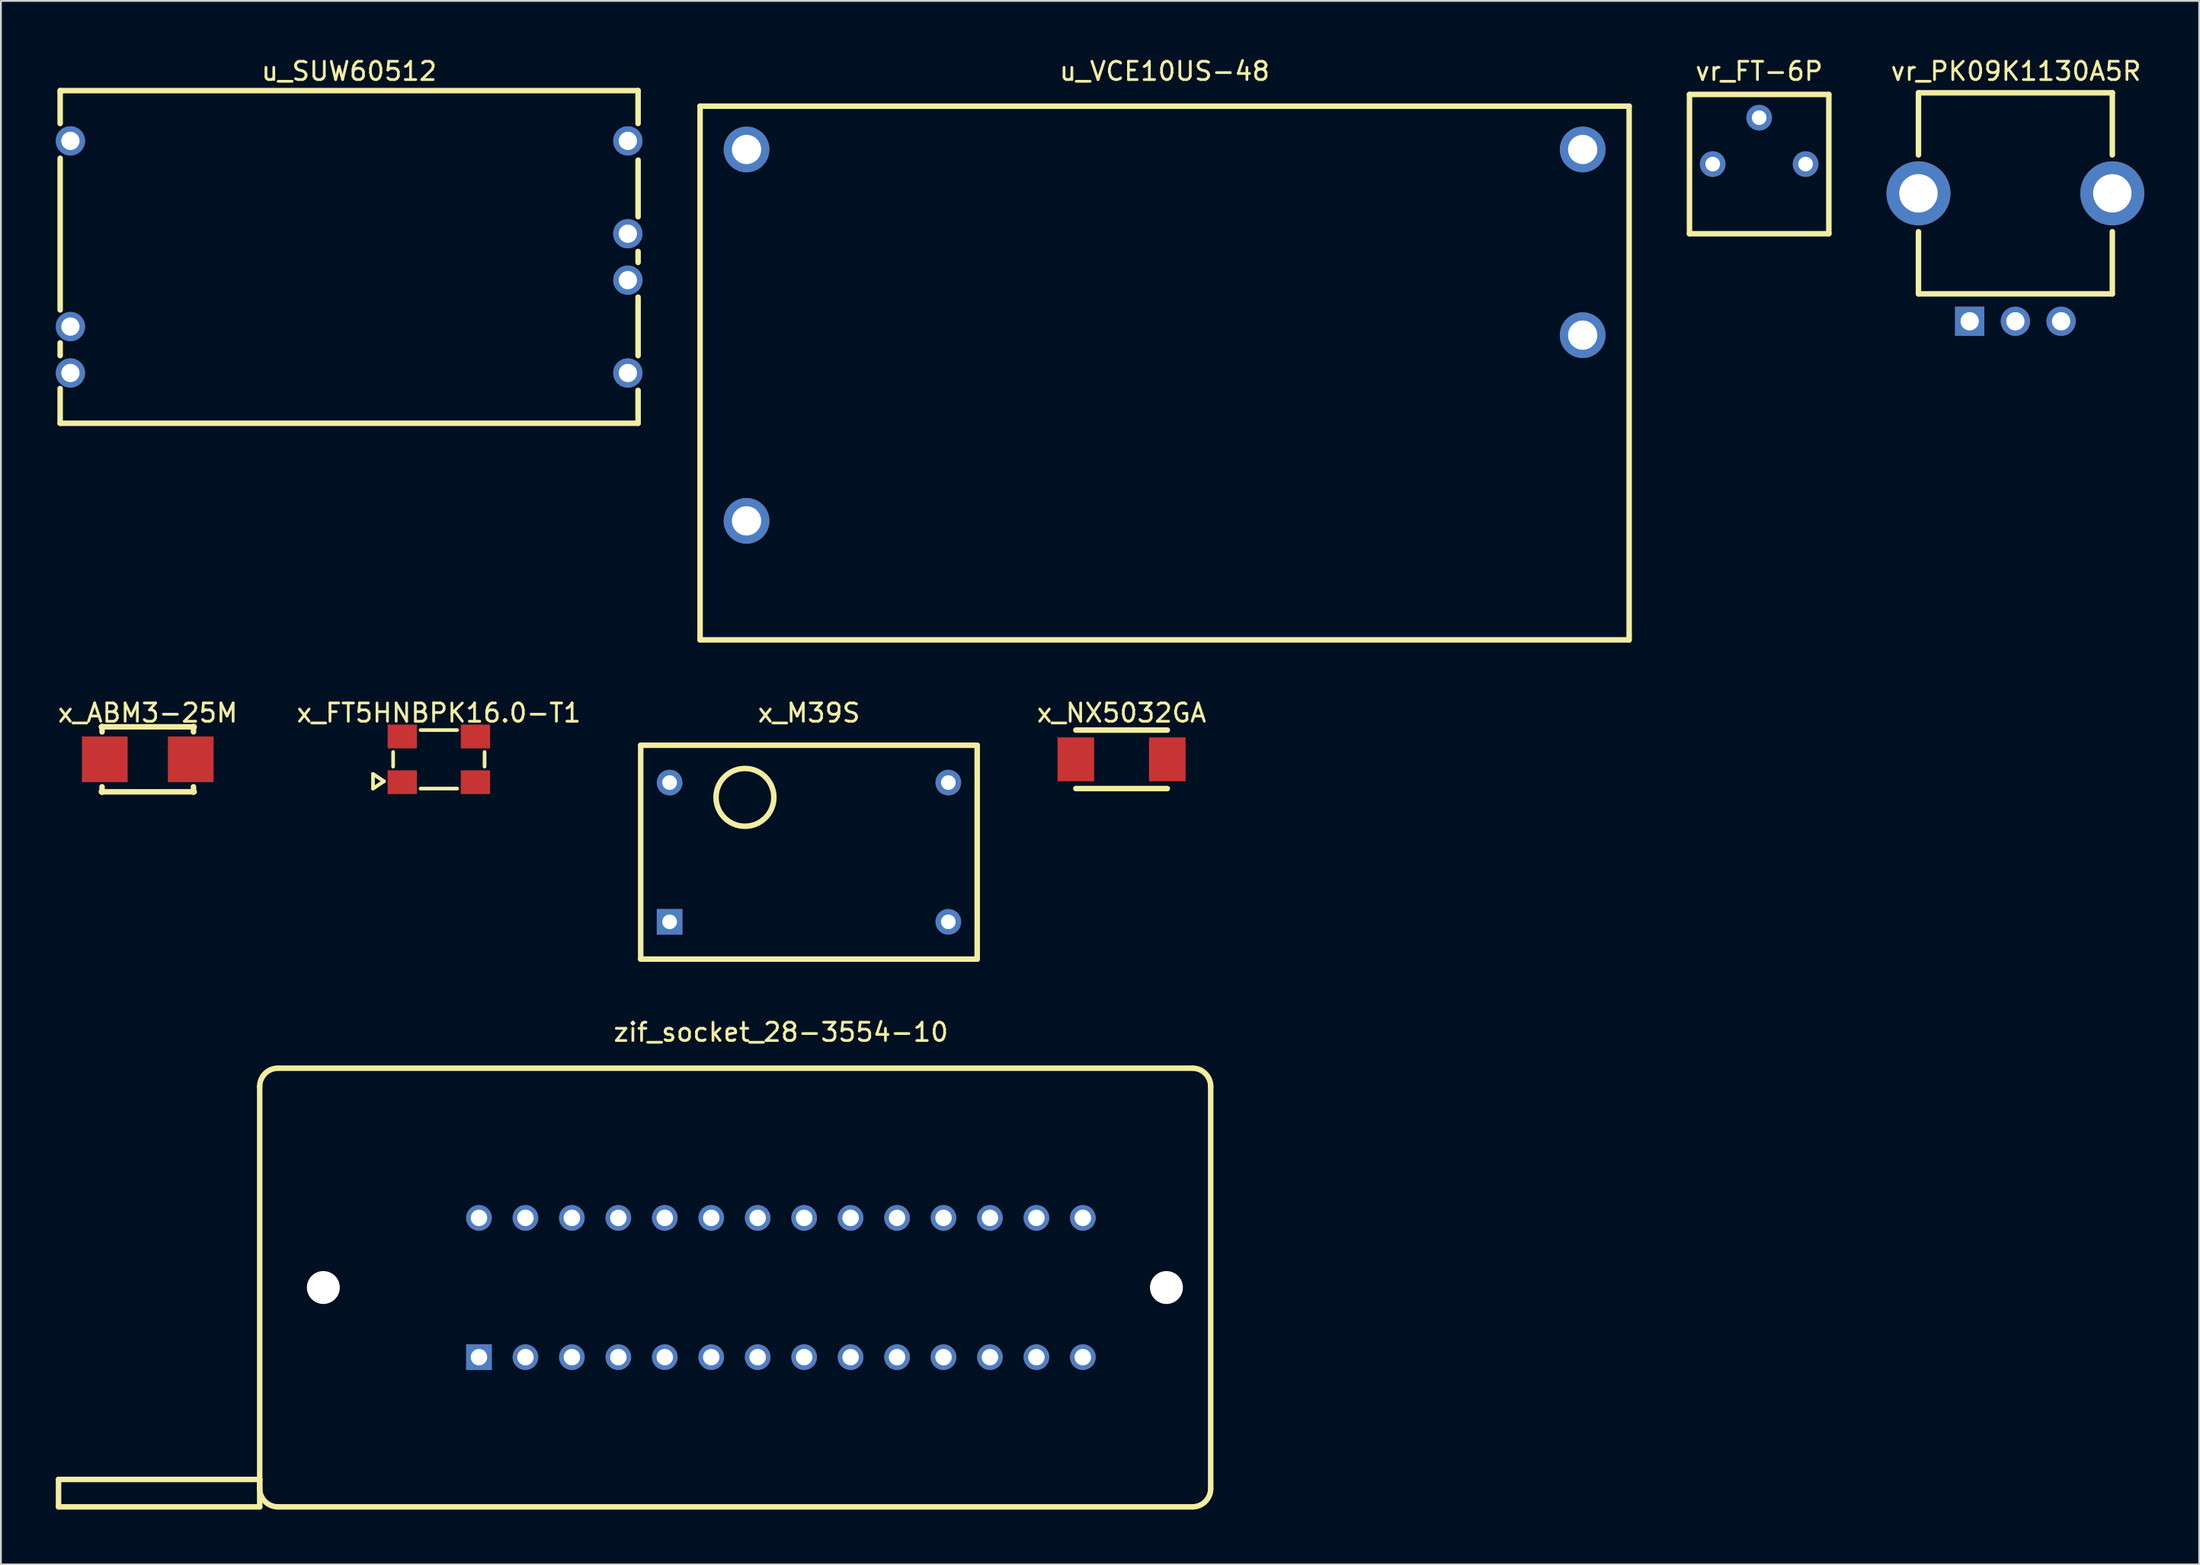
<source format=kicad_pcb>
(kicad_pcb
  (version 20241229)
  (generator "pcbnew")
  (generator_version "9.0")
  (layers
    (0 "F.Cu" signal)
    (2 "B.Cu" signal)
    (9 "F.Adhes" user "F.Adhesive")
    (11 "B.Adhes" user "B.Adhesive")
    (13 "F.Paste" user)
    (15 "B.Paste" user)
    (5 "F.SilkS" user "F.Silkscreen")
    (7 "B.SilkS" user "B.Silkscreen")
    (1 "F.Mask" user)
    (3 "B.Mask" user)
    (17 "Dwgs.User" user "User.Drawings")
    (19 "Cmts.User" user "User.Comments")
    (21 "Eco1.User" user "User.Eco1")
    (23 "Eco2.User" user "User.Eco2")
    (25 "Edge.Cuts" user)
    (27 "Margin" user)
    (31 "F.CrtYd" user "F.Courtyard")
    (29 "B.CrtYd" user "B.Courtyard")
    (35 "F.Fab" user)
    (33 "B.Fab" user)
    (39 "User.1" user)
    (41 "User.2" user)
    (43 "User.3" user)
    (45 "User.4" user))
  (footprint "vr_PK09K1130A5R"
    (layer "F.Cu")
    (at 107.15 7.528)
    (property "Reference" "vr_PK09K1130A5R" (at 0.03 -6.68 0) (layer "F.SilkS") (effects (font (size 1 1) (thickness 0.15))))
    (attr through_hole)
    (fp_line (start -5.3 -5.5) (end -5.3 -2.1) (stroke (width 0.3) (type solid)) (layer "F.SilkS"))
    (fp_line (start -5.3 -5.5) (end 5.3 -5.5) (stroke (width 0.3) (type solid)) (layer "F.SilkS"))
    (fp_line (start -5.3 5.5) (end -5.3 2.1) (stroke (width 0.3) (type solid)) (layer "F.SilkS"))
    (fp_line (start -5.3 5.5) (end 5.3 5.5) (stroke (width 0.3) (type solid)) (layer "F.SilkS"))
    (fp_line (start 5.3 -5.5) (end 5.3 -2.1) (stroke (width 0.3) (type solid)) (layer "F.SilkS"))
    (fp_line (start 5.3 2.1) (end 5.3 5.5) (stroke (width 0.3) (type solid)) (layer "F.SilkS"))
    (pad "1" thru_hole rect (at -2.5 7) (size 1.6 1.6) (drill 1) (layers "*.Cu" "*.Mask"))
    (pad "2" thru_hole circle (at 0 7) (size 1.6 1.6) (drill 1) (layers "*.Cu" "*.Mask"))
    (pad "3" thru_hole circle (at 2.5 7) (size 1.6 1.6) (drill 1) (layers "*.Cu" "*.Mask"))
    (pad "4" thru_hole circle (at 5.3 0) (size 3.5 3.5) (drill 2.1) (layers "*.Cu" "*.Mask"))
    (pad "5" thru_hole circle (at -5.3 0) (size 3.5 3.5) (drill 2.1) (layers "*.Cu" "*.Mask")))
  (footprint "vr_FT-6P"
    (layer "F.Cu")
    (at 93.14 5.928)
    (property "Reference" "vr_FT-6P" (at 0 -5.08 0) (layer "F.SilkS") (effects (font (size 1 1) (thickness 0.15))))
    (attr through_hole)
    (fp_line (start -3.81 -3.81) (end -3.81 3.81) (stroke (width 0.3) (type solid)) (layer "F.SilkS"))
    (fp_line (start -3.81 3.81) (end 3.81 3.81) (stroke (width 0.3) (type solid)) (layer "F.SilkS"))
    (fp_line (start 3.81 -3.81) (end -3.81 -3.81) (stroke (width 0.3) (type solid)) (layer "F.SilkS"))
    (fp_line (start 3.81 3.81) (end 3.81 -3.81) (stroke (width 0.3) (type solid)) (layer "F.SilkS"))
    (pad "1" thru_hole circle (at -2.54 0) (size 1.4 1.4) (drill 0.8) (layers "*.Cu" "*.Mask"))
    (pad "2" thru_hole circle (at 0 -2.54) (size 1.4 1.4) (drill 0.8) (layers "*.Cu" "*.Mask"))
    (pad "3" thru_hole circle (at 2.54 0) (size 1.4 1.4) (drill 0.8) (layers "*.Cu" "*.Mask")))
  (footprint "x_ABM3-25M"
    (layer "F.Cu")
    (at 5.03 38.496)
    (property "Reference" "x_ABM3-25M" (at 0 -2.54 0) (layer "F.SilkS") (effects (font (size 1 1) (thickness 0.15))))
    (attr through_hole)
    (fp_line (start -2.54 -1.778) (end 2.54 -1.778) (stroke (width 0.3) (type solid)) (layer "F.SilkS"))
    (fp_line (start -2.54 1.778) (end 2.54 1.778) (stroke (width 0.3) (type solid)) (layer "F.SilkS"))
    (fp_line (start -2.5 -1.8) (end -2.5 -1.5) (stroke (width 0.3) (type solid)) (layer "F.SilkS"))
    (fp_line (start -2.5 1.8) (end -2.5 1.5) (stroke (width 0.3) (type solid)) (layer "F.SilkS"))
    (fp_line (start 2.5 -1.8) (end 2.5 -1.5) (stroke (width 0.3) (type solid)) (layer "F.SilkS"))
    (fp_line (start 2.5 1.8) (end 2.5 1.5) (stroke (width 0.3) (type solid)) (layer "F.SilkS"))
    (pad "1" smd rect (at -2.35 0) (size 2.5 2.5) (layers "F.Cu" "F.Mask" "F.Paste"))
    (pad "2" smd rect (at 2.35 0) (size 2.5 2.5) (layers "F.Cu" "F.Mask" "F.Paste")))
  (footprint "x_NX5032GA"
    (layer "F.Cu")
    (at 58.277 38.496)
    (property "Reference" "x_NX5032GA" (at 0 -2.54 0) (layer "F.SilkS") (effects (font (size 1 1) (thickness 0.15))))
    (attr through_hole)
    (fp_line (start -2.5 -1.6) (end 2.5 -1.6) (stroke (width 0.3) (type solid)) (layer "F.SilkS"))
    (fp_line (start -2.5 1.6) (end 2.5 1.6) (stroke (width 0.3) (type solid)) (layer "F.SilkS"))
    (pad "1" smd rect (at -2.5 0) (size 2 2.4) (layers "F.Cu" "F.Mask" "F.Paste"))
    (pad "2" smd rect (at 2.5 0) (size 2 2.4) (layers "F.Cu" "F.Mask" "F.Paste")))
  (footprint "u_SUW60512"
    (layer "F.Cu")
    (at 16.04 11.008)
    (property "Reference" "u_SUW60512" (at 0 -10.16 0) (layer "F.SilkS") (effects (font (size 1 1) (thickness 0.15))))
    (attr through_hole)
    (fp_line (start -15.8 -9.1) (end -15.8 -9) (stroke (width 0.3) (type solid)) (layer "F.SilkS"))
    (fp_line (start -15.8 -9) (end -15.8 -7.3) (stroke (width 0.3) (type solid)) (layer "F.SilkS"))
    (fp_line (start -15.8 -5.4) (end -15.8 2.9) (stroke (width 0.3) (type solid)) (layer "F.SilkS"))
    (fp_line (start -15.8 4.7) (end -15.8 5.4) (stroke (width 0.3) (type solid)) (layer "F.SilkS"))
    (fp_line (start -15.8 7.2) (end -15.8 9.1) (stroke (width 0.3) (type solid)) (layer "F.SilkS"))
    (fp_line (start -15.8 9.1) (end 15.8 9.1) (stroke (width 0.3) (type solid)) (layer "F.SilkS"))
    (fp_line (start 15.8 -9.1) (end -15.8 -9.1) (stroke (width 0.3) (type solid)) (layer "F.SilkS"))
    (fp_line (start 15.8 -7.3) (end 15.8 -9.1) (stroke (width 0.3) (type solid)) (layer "F.SilkS"))
    (fp_line (start 15.8 -2.2) (end 15.8 -5.3) (stroke (width 0.3) (type solid)) (layer "F.SilkS"))
    (fp_line (start 15.8 0.3) (end 15.8 -0.3) (stroke (width 0.3) (type solid)) (layer "F.SilkS"))
    (fp_line (start 15.8 5.4) (end 15.8 2.2) (stroke (width 0.3) (type solid)) (layer "F.SilkS"))
    (fp_line (start 15.8 9.1) (end 15.8 7.3) (stroke (width 0.3) (type solid)) (layer "F.SilkS"))
    (pad "1" thru_hole circle (at -15.24 -6.35) (size 1.6 1.6) (drill 1) (layers "*.Cu" "*.Mask"))
    (pad "2" thru_hole circle (at -15.24 3.81) (size 1.6 1.6) (drill 1) (layers "*.Cu" "*.Mask"))
    (pad "3" thru_hole circle (at -15.24 6.35) (size 1.6 1.6) (drill 1) (layers "*.Cu" "*.Mask"))
    (pad "4" thru_hole circle (at 15.24 -6.35) (size 1.6 1.6) (drill 1) (layers "*.Cu" "*.Mask"))
    (pad "5" thru_hole circle (at 15.24 -1.27) (size 1.6 1.6) (drill 1) (layers "*.Cu" "*.Mask"))
    (pad "6" thru_hole circle (at 15.24 1.27) (size 1.6 1.6) (drill 1) (layers "*.Cu" "*.Mask"))
    (pad "7" thru_hole circle (at 15.24 6.35) (size 1.6 1.6) (drill 1) (layers "*.Cu" "*.Mask")))
  (footprint "x_M39S"
    (layer "F.Cu")
    (at 41.183 43.577)
    (property "Reference" "x_M39S" (at 0 -7.62 0) (layer "F.SilkS") (effects (font (size 1 1) (thickness 0.15))))
    (attr through_hole)
    (fp_line (start -9.2 -5.85) (end -9.2 5.85) (stroke (width 0.3) (type solid)) (layer "F.SilkS"))
    (fp_line (start -9.2 5.85) (end 9.2 5.85) (stroke (width 0.3) (type solid)) (layer "F.SilkS"))
    (fp_line (start 9.2 -5.85) (end -9.2 -5.85) (stroke (width 0.3) (type solid)) (layer "F.SilkS"))
    (fp_line (start 9.2 5.85) (end 9.2 -5.85) (stroke (width 0.3) (type solid)) (layer "F.SilkS"))
    (fp_circle (center -3.5 -3) (end -2 -2.5) (stroke (width 0.3) (type solid)) (fill no) (layer "F.SilkS"))
    (pad "1" thru_hole rect (at -7.62 3.81) (size 1.4 1.4) (drill 0.8) (layers "*.Cu" "*.Mask"))
    (pad "7" thru_hole circle (at 7.62 3.81) (size 1.4 1.4) (drill 0.8) (layers "*.Cu" "*.Mask"))
    (pad "8" thru_hole circle (at 7.62 -3.81) (size 1.4 1.4) (drill 0.8) (layers "*.Cu" "*.Mask"))
    (pad "14" thru_hole circle (at -7.62 -3.81) (size 1.4 1.4) (drill 0.8) (layers "*.Cu" "*.Mask")))
  (footprint "zif_socket_28-3554-10"
    (layer "F.Cu")
    (at 39.65 67.395)
    (property "Reference" "zif_socket_28-3554-10" (at 0 -13.97 0) (layer "F.SilkS") (effects (font (size 1 1) (thickness 0.15))))
    (attr through_hole)
    (fp_line (start -39.5 10.5) (end -39.5 12) (stroke (width 0.3) (type solid)) (layer "F.SilkS"))
    (fp_line (start -39.5 12) (end -28.5 12) (stroke (width 0.3) (type solid)) (layer "F.SilkS"))
    (fp_line (start -28.5 -11) (end -28.5 11) (stroke (width 0.3) (type solid)) (layer "F.SilkS"))
    (fp_line (start -28.5 10.5) (end -39.5 10.5) (stroke (width 0.3) (type solid)) (layer "F.SilkS"))
    (fp_line (start -28.5 12) (end -28.5 10.5) (stroke (width 0.3) (type solid)) (layer "F.SilkS"))
    (fp_line (start -27.5 -12) (end 22.5 -12) (stroke (width 0.3) (type solid)) (layer "F.SilkS"))
    (fp_line (start 22.5 12) (end -27.5 12) (stroke (width 0.3) (type solid)) (layer "F.SilkS"))
    (fp_line (start 23.5 -11) (end 23.5 11) (stroke (width 0.3) (type solid)) (layer "F.SilkS"))
    (fp_arc (start -28.5 -11) (mid -28.207107 -11.707107) (end -27.5 -12) (stroke (width 0.3) (type solid)) (layer "F.SilkS"))
    (fp_arc (start -27.5 12) (mid -28.207107 11.707107) (end -28.5 11) (stroke (width 0.3) (type solid)) (layer "F.SilkS"))
    (fp_arc (start 22.5 -12) (mid 23.207107 -11.707107) (end 23.5 -11) (stroke (width 0.3) (type solid)) (layer "F.SilkS"))
    (fp_arc (start 23.5 11) (mid 23.207107 11.707107) (end 22.5 12) (stroke (width 0.3) (type solid)) (layer "F.SilkS"))
    (pad "" np_thru_hole circle (at -25.02 0) (size 1.8 1.8) (drill 1.8) (layers "*.Cu" "*.Mask"))
    (pad "" np_thru_hole circle (at 21.08 0) (size 1.8 1.8) (drill 1.8) (layers "*.Cu" "*.Mask"))
    (pad "1" thru_hole rect (at -16.51 3.81) (size 1.4 1.4) (drill 0.9) (layers "*.Cu" "*.Mask"))
    (pad "2" thru_hole circle (at -13.97 3.81) (size 1.4 1.4) (drill 0.9) (layers "*.Cu" "*.Mask"))
    (pad "3" thru_hole circle (at -11.43 3.81) (size 1.4 1.4) (drill 0.9) (layers "*.Cu" "*.Mask"))
    (pad "4" thru_hole circle (at -8.89 3.81) (size 1.4 1.4) (drill 0.9) (layers "*.Cu" "*.Mask"))
    (pad "5" thru_hole circle (at -6.35 3.81) (size 1.4 1.4) (drill 0.9) (layers "*.Cu" "*.Mask"))
    (pad "6" thru_hole circle (at -3.81 3.81) (size 1.4 1.4) (drill 0.9) (layers "*.Cu" "*.Mask"))
    (pad "7" thru_hole circle (at -1.27 3.81) (size 1.4 1.4) (drill 0.9) (layers "*.Cu" "*.Mask"))
    (pad "8" thru_hole circle (at 1.27 3.81) (size 1.4 1.4) (drill 0.9) (layers "*.Cu" "*.Mask"))
    (pad "9" thru_hole circle (at 3.81 3.81) (size 1.4 1.4) (drill 0.9) (layers "*.Cu" "*.Mask"))
    (pad "10" thru_hole circle (at 6.35 3.81) (size 1.4 1.4) (drill 0.9) (layers "*.Cu" "*.Mask"))
    (pad "11" thru_hole circle (at 8.89 3.81) (size 1.4 1.4) (drill 0.9) (layers "*.Cu" "*.Mask"))
    (pad "12" thru_hole circle (at 11.43 3.81) (size 1.4 1.4) (drill 0.9) (layers "*.Cu" "*.Mask"))
    (pad "13" thru_hole circle (at 13.97 3.81) (size 1.4 1.4) (drill 0.9) (layers "*.Cu" "*.Mask"))
    (pad "14" thru_hole circle (at 16.51 3.81) (size 1.4 1.4) (drill 0.9) (layers "*.Cu" "*.Mask"))
    (pad "15" thru_hole circle (at 16.51 -3.81) (size 1.4 1.4) (drill 0.9) (layers "*.Cu" "*.Mask"))
    (pad "16" thru_hole circle (at 13.97 -3.81) (size 1.4 1.4) (drill 0.9) (layers "*.Cu" "*.Mask"))
    (pad "17" thru_hole circle (at 11.43 -3.81) (size 1.4 1.4) (drill 0.9) (layers "*.Cu" "*.Mask"))
    (pad "18" thru_hole circle (at 8.89 -3.81) (size 1.4 1.4) (drill 0.9) (layers "*.Cu" "*.Mask"))
    (pad "19" thru_hole circle (at 6.35 -3.81) (size 1.4 1.4) (drill 0.9) (layers "*.Cu" "*.Mask"))
    (pad "20" thru_hole circle (at 3.81 -3.81) (size 1.4 1.4) (drill 0.9) (layers "*.Cu" "*.Mask"))
    (pad "21" thru_hole circle (at 1.27 -3.81) (size 1.4 1.4) (drill 0.9) (layers "*.Cu" "*.Mask"))
    (pad "22" thru_hole circle (at -1.27 -3.81) (size 1.4 1.4) (drill 0.9) (layers "*.Cu" "*.Mask"))
    (pad "23" thru_hole circle (at -3.81 -3.81) (size 1.4 1.4) (drill 0.9) (layers "*.Cu" "*.Mask"))
    (pad "24" thru_hole circle (at -6.35 -3.81) (size 1.4 1.4) (drill 0.9) (layers "*.Cu" "*.Mask"))
    (pad "25" thru_hole circle (at -8.89 -3.81) (size 1.4 1.4) (drill 0.9) (layers "*.Cu" "*.Mask"))
    (pad "26" thru_hole circle (at -11.43 -3.81) (size 1.4 1.4) (drill 0.9) (layers "*.Cu" "*.Mask"))
    (pad "27" thru_hole circle (at -13.97 -3.81) (size 1.4 1.4) (drill 0.9) (layers "*.Cu" "*.Mask"))
    (pad "28" thru_hole circle (at -16.51 -3.81) (size 1.4 1.4) (drill 0.9) (layers "*.Cu" "*.Mask")))
  (footprint "x_FT5HNBPK16.0-T1"
    (layer "F.Cu")
    (at 20.946 38.496)
    (property "Reference" "x_FT5HNBPK16.0-T1" (at 0 -2.54 0) (layer "F.SilkS") (effects (font (size 1 1) (thickness 0.15))))
    (attr through_hole)
    (fp_line (start -3.6 0.8) (end -3.6 1) (stroke (width 0.2) (type solid)) (layer "F.SilkS"))
    (fp_line (start -3.6 1) (end -3.6 1.6) (stroke (width 0.2) (type solid)) (layer "F.SilkS"))
    (fp_line (start -3.6 1.6) (end -3 1.2) (stroke (width 0.2) (type solid)) (layer "F.SilkS"))
    (fp_line (start -3 1.2) (end -3.6 0.8) (stroke (width 0.2) (type solid)) (layer "F.SilkS"))
    (fp_line (start -2.5 -0.4) (end -2.5 0.4) (stroke (width 0.2) (type solid)) (layer "F.SilkS"))
    (fp_line (start -1 -1.6) (end 1 -1.6) (stroke (width 0.2) (type solid)) (layer "F.SilkS"))
    (fp_line (start 1 1.6) (end -1 1.6) (stroke (width 0.2) (type solid)) (layer "F.SilkS"))
    (fp_line (start 2.5 0.4) (end 2.5 -0.4) (stroke (width 0.2) (type solid)) (layer "F.SilkS"))
    (pad "1" smd rect (at -2 1.25) (size 1.6 1.3) (layers "F.Cu" "F.Mask" "F.Paste"))
    (pad "2" smd rect (at 2 1.25) (size 1.6 1.3) (layers "F.Cu" "F.Mask" "F.Paste"))
    (pad "3" smd rect (at 2 -1.25) (size 1.6 1.3) (layers "F.Cu" "F.Mask" "F.Paste"))
    (pad "4" smd rect (at -2 -1.25) (size 1.6 1.3) (layers "F.Cu" "F.Mask" "F.Paste")))
  (footprint "u_VCE10US-48"
    (layer "F.Cu")
    (at 60.63 17.358)
    (property "Reference" "u_VCE10US-48" (at 0 -16.51 0) (layer "F.SilkS") (effects (font (size 1 1) (thickness 0.15))))
    (attr through_hole)
    (fp_line (start -25.4 -14.6) (end -25.4 14.6) (stroke (width 0.3) (type solid)) (layer "F.SilkS"))
    (fp_line (start -25.4 14.6) (end 25.4 14.6) (stroke (width 0.3) (type solid)) (layer "F.SilkS"))
    (fp_line (start 25.4 -14.6) (end -25.4 -14.6) (stroke (width 0.3) (type solid)) (layer "F.SilkS"))
    (fp_line (start 25.4 14.6) (end 25.4 -14.6) (stroke (width 0.3) (type solid)) (layer "F.SilkS"))
    (pad "1" thru_hole circle (at -22.86 8.09) (size 2.5 2.5) (drill 1.6) (layers "*.Cu" "*.Mask"))
    (pad "2" thru_hole circle (at -22.86 -12.23) (size 2.5 2.5) (drill 1.6) (layers "*.Cu" "*.Mask"))
    (pad "3" thru_hole circle (at 22.86 -12.23) (size 2.5 2.5) (drill 1.6) (layers "*.Cu" "*.Mask"))
    (pad "4" thru_hole circle (at 22.86 -2.07) (size 2.5 2.5) (drill 1.6) (layers "*.Cu" "*.Mask")))
  (gr_rect
    (start -3 -3)
    (end 117.2 82.545)
    (stroke (width 0.1) (type default))
    (fill no)
    (layer "Edge.Cuts")))
</source>
